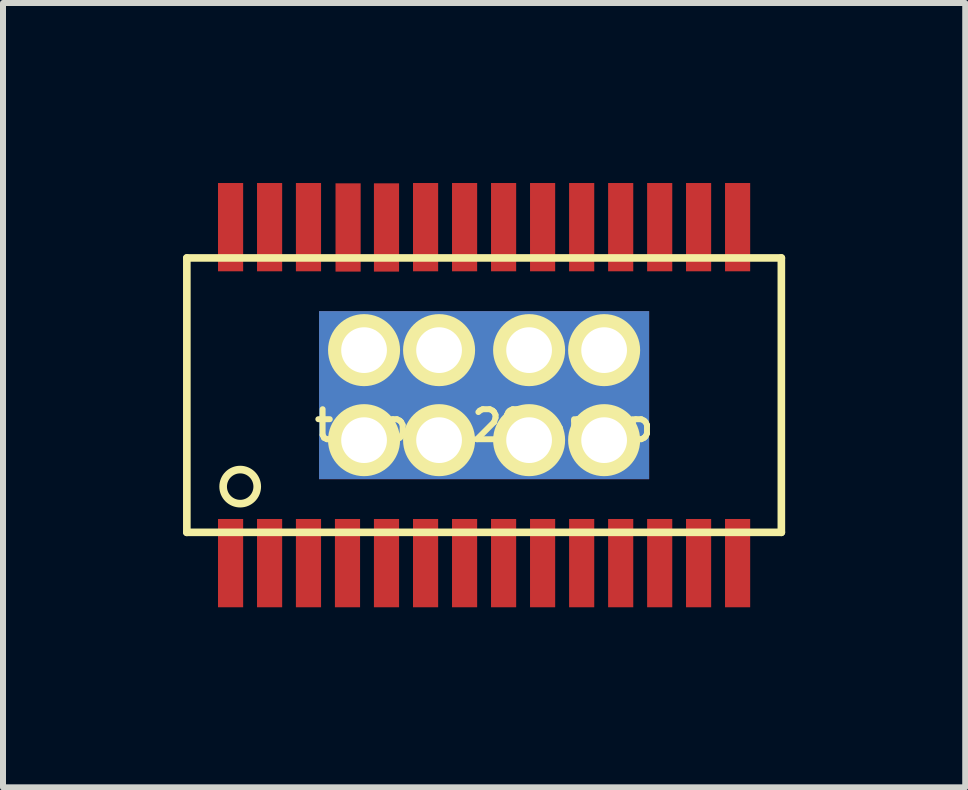
<source format=kicad_pcb>
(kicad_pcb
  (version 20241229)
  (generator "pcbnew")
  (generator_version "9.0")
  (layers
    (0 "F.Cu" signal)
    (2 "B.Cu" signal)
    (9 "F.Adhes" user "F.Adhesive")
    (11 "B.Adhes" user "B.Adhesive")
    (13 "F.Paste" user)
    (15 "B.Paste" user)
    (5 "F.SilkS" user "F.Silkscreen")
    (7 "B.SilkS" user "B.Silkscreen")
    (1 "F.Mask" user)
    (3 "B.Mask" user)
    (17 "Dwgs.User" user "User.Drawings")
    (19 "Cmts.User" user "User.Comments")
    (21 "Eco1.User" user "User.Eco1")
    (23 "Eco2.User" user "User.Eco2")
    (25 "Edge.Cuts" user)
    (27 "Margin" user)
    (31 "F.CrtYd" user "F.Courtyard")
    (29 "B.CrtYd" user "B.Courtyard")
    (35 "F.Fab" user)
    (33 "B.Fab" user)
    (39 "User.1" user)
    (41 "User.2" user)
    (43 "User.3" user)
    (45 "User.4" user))
  (footprint "tssop-28-pwp"
    (layer "F.Cu")
    (at 5.016 3.534)
    (property "Reference" "tssop-28-pwp" (at 0 0.508 0) (layer "F.SilkS") (effects (font (size 0.5 0.5) (thickness 0.099))))
    (attr through_hole)
    (fp_line (start -4.953 -2.286) (end -4.953 2.286) (stroke (width 0.127) (type solid)) (layer "F.SilkS"))
    (fp_line (start -4.953 2.286) (end 4.953 2.286) (stroke (width 0.127) (type solid)) (layer "F.SilkS"))
    (fp_line (start 4.953 -2.286) (end -4.953 -2.286) (stroke (width 0.127) (type solid)) (layer "F.SilkS"))
    (fp_line (start 4.953 2.286) (end 4.953 -2.286) (stroke (width 0.127) (type solid)) (layer "F.SilkS"))
    (fp_circle (center -4.064 1.524) (end -4.191 1.778) (stroke (width 0.127) (type solid)) (fill no) (layer "F.SilkS"))
    (pad "1" smd rect (at -4.224 2.799) (size 0.419 1.471) (layers "F.Cu" "F.Mask" "F.Paste"))
    (pad "2" smd rect (at -3.574 2.799) (size 0.419 1.471) (layers "F.Cu" "F.Mask" "F.Paste"))
    (pad "3" smd rect (at -2.926 2.799) (size 0.419 1.471) (layers "F.Cu" "F.Mask" "F.Paste"))
    (pad "4" smd rect (at -2.276 2.799) (size 0.419 1.471) (layers "F.Cu" "F.Mask" "F.Paste"))
    (pad "5" smd rect (at -1.626 2.799) (size 0.419 1.471) (layers "F.Cu" "F.Mask" "F.Paste"))
    (pad "6" smd rect (at -0.975 2.799) (size 0.419 1.471) (layers "F.Cu" "F.Mask" "F.Paste"))
    (pad "7" smd rect (at -0.325 2.799) (size 0.419 1.471) (layers "F.Cu" "F.Mask" "F.Paste"))
    (pad "8" smd rect (at 0.325 2.799) (size 0.419 1.471) (layers "F.Cu" "F.Mask" "F.Paste"))
    (pad "9" smd rect (at 0.975 2.799) (size 0.419 1.471) (layers "F.Cu" "F.Mask" "F.Paste"))
    (pad "10" smd rect (at 1.626 2.799) (size 0.419 1.471) (layers "F.Cu" "F.Mask" "F.Paste"))
    (pad "11" smd rect (at 2.276 2.799) (size 0.419 1.471) (layers "F.Cu" "F.Mask" "F.Paste"))
    (pad "12" smd rect (at 2.926 2.799) (size 0.419 1.471) (layers "F.Cu" "F.Mask" "F.Paste"))
    (pad "13" smd rect (at 3.574 2.799) (size 0.419 1.471) (layers "F.Cu" "F.Mask" "F.Paste"))
    (pad "14" smd rect (at 4.224 2.799) (size 0.419 1.471) (layers "F.Cu" "F.Mask" "F.Paste"))
    (pad "15" smd rect (at 4.224 -2.799) (size 0.419 1.471) (layers "F.Cu" "F.Mask" "F.Paste"))
    (pad "16" smd rect (at 3.574 -2.799) (size 0.419 1.471) (layers "F.Cu" "F.Mask" "F.Paste"))
    (pad "17" smd rect (at 2.926 -2.799) (size 0.419 1.471) (layers "F.Cu" "F.Mask" "F.Paste"))
    (pad "18" smd rect (at 2.276 -2.799) (size 0.419 1.471) (layers "F.Cu" "F.Mask" "F.Paste"))
    (pad "19" smd rect (at 1.626 -2.799) (size 0.419 1.471) (layers "F.Cu" "F.Mask" "F.Paste"))
    (pad "20" smd rect (at 0.975 -2.799) (size 0.419 1.471) (layers "F.Cu" "F.Mask" "F.Paste"))
    (pad "21" smd rect (at 0.325 -2.799) (size 0.419 1.471) (layers "F.Cu" "F.Mask" "F.Paste"))
    (pad "22" smd rect (at -0.325 -2.799) (size 0.419 1.471) (layers "F.Cu" "F.Mask" "F.Paste"))
    (pad "23" smd rect (at -0.975 -2.799) (size 0.419 1.471) (layers "F.Cu" "F.Mask" "F.Paste"))
    (pad "24" smd rect (at -1.626 -2.794) (size 0.419 1.471) (layers "F.Cu" "F.Mask" "F.Paste"))
    (pad "25" smd rect (at -2.266 -2.794) (size 0.419 1.471) (layers "F.Cu" "F.Mask" "F.Paste"))
    (pad "26" smd rect (at -2.926 -2.799) (size 0.419 1.471) (layers "F.Cu" "F.Mask" "F.Paste"))
    (pad "27" smd rect (at -3.574 -2.799) (size 0.419 1.471) (layers "F.Cu" "F.Mask" "F.Paste"))
    (pad "28" smd rect (at -4.224 -2.799) (size 0.419 1.471) (layers "F.Cu" "F.Mask" "F.Paste"))
    (pad "PAD" thru_hole circle (at -2 -0.75) (size 1.2 1.2) (drill 0.762) (layers "*.Cu" "*.Mask" "F.SilkS"))
    (pad "PAD" thru_hole circle (at -2 0.75) (size 1.2 1.2) (drill 0.762) (layers "*.Cu" "*.Mask" "F.SilkS"))
    (pad "PAD" thru_hole circle (at -0.75 -0.75) (size 1.2 1.2) (drill 0.762) (layers "*.Cu" "*.Mask" "F.SilkS"))
    (pad "PAD" thru_hole circle (at -0.75 0.75) (size 1.2 1.2) (drill 0.762) (layers "*.Cu" "*.Mask" "F.SilkS"))
    (pad "PAD" smd rect (at 0 0) (size 5.5 2.8) (layers "*.Cu" "*.Paste" "*.Mask"))
    (pad "PAD" thru_hole circle (at 0.75 -0.75) (size 1.2 1.2) (drill 0.762) (layers "*.Cu" "*.Mask" "F.SilkS"))
    (pad "PAD" thru_hole circle (at 0.75 0.75) (size 1.2 1.2) (drill 0.762) (layers "*.Cu" "*.Mask" "F.SilkS"))
    (pad "PAD" thru_hole circle (at 2 -0.75) (size 1.2 1.2) (drill 0.762) (layers "*.Cu" "*.Mask" "F.SilkS"))
    (pad "PAD" thru_hole circle (at 2 0.75) (size 1.2 1.2) (drill 0.762) (layers "*.Cu" "*.Mask" "F.SilkS")))
  (gr_rect
    (start -3 -3)
    (end 13.033 10.069)
    (stroke (width 0.1) (type default))
    (fill no)
    (layer "Edge.Cuts")))
</source>
